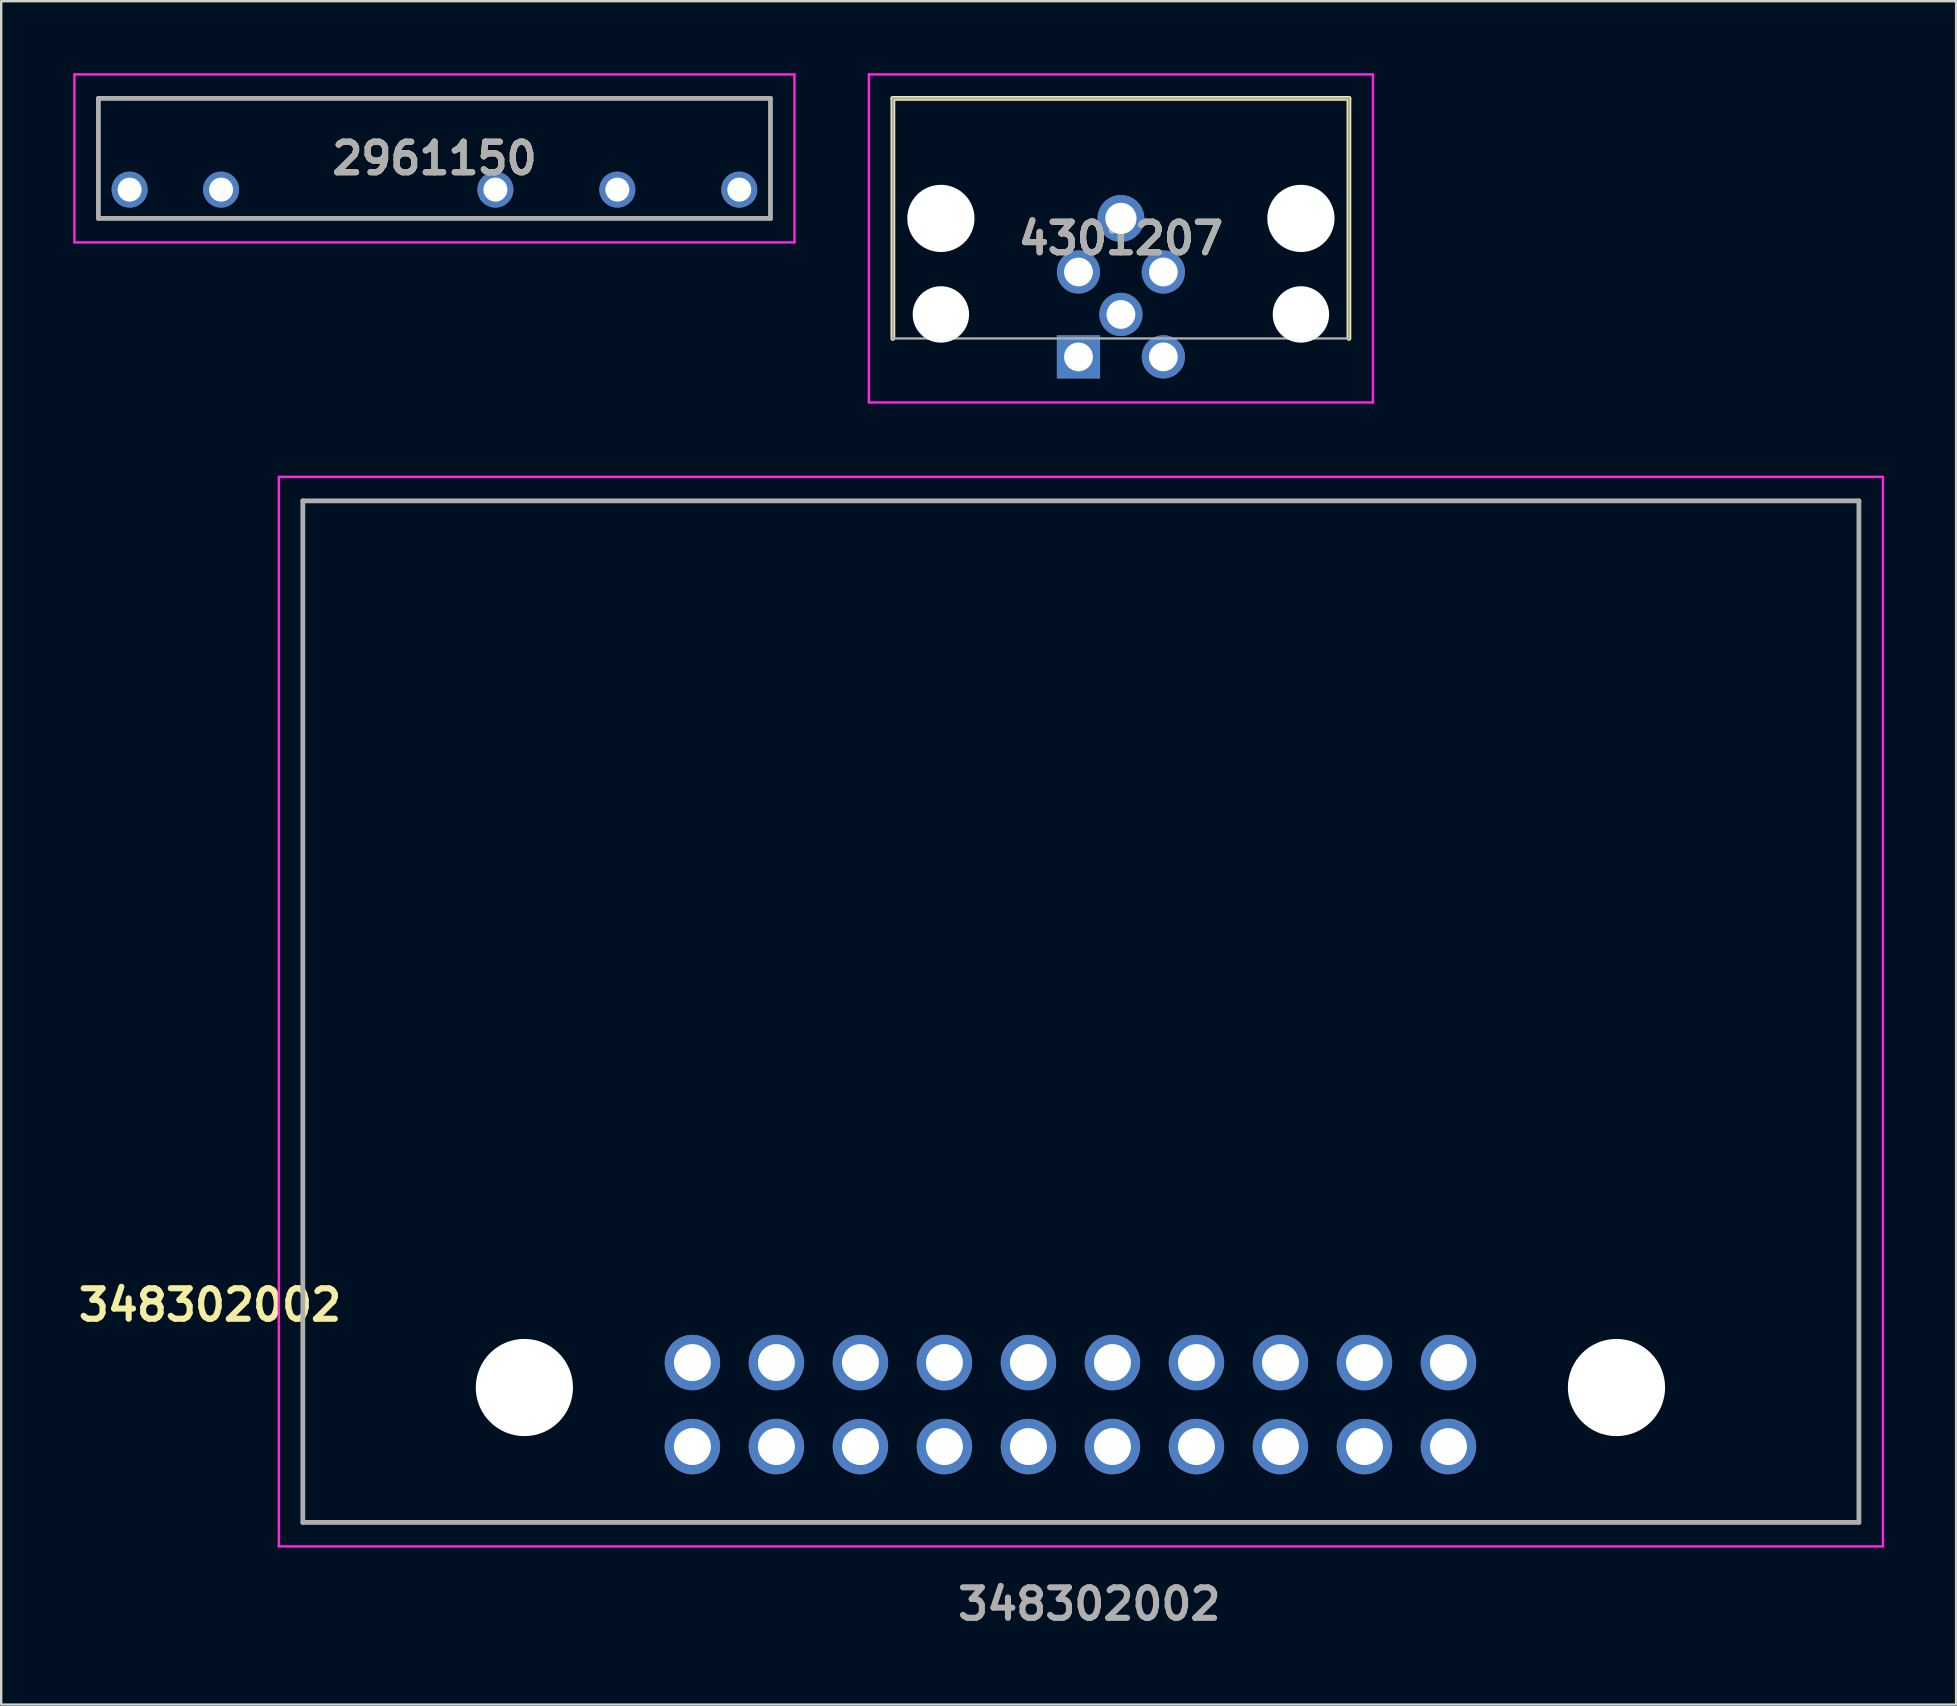
<source format=kicad_pcb>
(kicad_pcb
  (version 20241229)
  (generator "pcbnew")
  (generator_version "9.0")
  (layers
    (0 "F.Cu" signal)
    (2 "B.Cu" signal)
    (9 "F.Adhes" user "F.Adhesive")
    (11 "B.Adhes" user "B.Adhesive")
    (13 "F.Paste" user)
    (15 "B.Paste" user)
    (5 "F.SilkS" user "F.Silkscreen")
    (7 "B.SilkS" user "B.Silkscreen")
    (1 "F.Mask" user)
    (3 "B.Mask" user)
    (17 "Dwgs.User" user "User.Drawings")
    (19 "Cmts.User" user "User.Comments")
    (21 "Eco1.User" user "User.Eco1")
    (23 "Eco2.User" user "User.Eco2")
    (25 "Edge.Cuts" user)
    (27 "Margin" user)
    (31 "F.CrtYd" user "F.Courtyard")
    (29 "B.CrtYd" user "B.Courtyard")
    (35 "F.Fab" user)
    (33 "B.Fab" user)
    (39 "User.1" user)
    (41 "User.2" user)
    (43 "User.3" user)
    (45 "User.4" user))
  (footprint "2961150"
    (layer "F.Cu")
    (at 15.05 3.55)
    (property "Reference" "2961150" (at 0 0 0) (layer "F.SilkS") (effects (font (size 1.27 1.27) (thickness 0.254))))
    (attr through_hole)
    (fp_line (start -14 -2.5) (end 14 -2.5) (stroke (width 0.1) (type solid)) (layer "F.SilkS"))
    (fp_line (start -14 2.5) (end -14 -2.5) (stroke (width 0.1) (type solid)) (layer "F.SilkS"))
    (fp_line (start 14 -2.5) (end 14 2.5) (stroke (width 0.1) (type solid)) (layer "F.SilkS"))
    (fp_line (start 14 2.5) (end -14 2.5) (stroke (width 0.1) (type solid)) (layer "F.SilkS"))
    (fp_line (start -15 -3.5) (end 15 -3.5) (stroke (width 0.1) (type solid)) (layer "F.CrtYd"))
    (fp_line (start -15 3.5) (end -15 -3.5) (stroke (width 0.1) (type solid)) (layer "F.CrtYd"))
    (fp_line (start 15 -3.5) (end 15 3.5) (stroke (width 0.1) (type solid)) (layer "F.CrtYd"))
    (fp_line (start 15 3.5) (end -15 3.5) (stroke (width 0.1) (type solid)) (layer "F.CrtYd"))
    (fp_line (start -14 -2.5) (end 14 -2.5) (stroke (width 0.2) (type solid)) (layer "F.Fab"))
    (fp_line (start -14 2.5) (end -14 -2.5) (stroke (width 0.2) (type solid)) (layer "F.Fab"))
    (fp_line (start 14 -2.5) (end 14 2.5) (stroke (width 0.2) (type solid)) (layer "F.Fab"))
    (fp_line (start 14 2.5) (end -14 2.5) (stroke (width 0.2) (type solid)) (layer "F.Fab"))
    (fp_text user "${REFERENCE}" (at 0 0 0) (layer "F.Fab") (effects (font (size 1.27 1.27) (thickness 0.254))))
    (pad "11" thru_hole circle (at 7.62 1.3) (size 1.5 1.5) (drill 1) (layers "*.Cu" "*.Mask"))
    (pad "12" thru_hole circle (at 2.54 1.3) (size 1.5 1.5) (drill 1) (layers "*.Cu" "*.Mask"))
    (pad "14" thru_hole circle (at 12.7 1.3) (size 1.5 1.5) (drill 1) (layers "*.Cu" "*.Mask"))
    (pad "A1" thru_hole circle (at -8.89 1.3) (size 1.5 1.5) (drill 1) (layers "*.Cu" "*.Mask"))
    (pad "A2" thru_hole circle (at -12.7 1.3) (size 1.5 1.5) (drill 1) (layers "*.Cu" "*.Mask")))
  (footprint "348302002"
    (layer "F.Cu")
    (at 25.797 53.718)
    (property "Reference" "348302002" (at -20.1 -2.4 0) (layer "F.SilkS") (effects (font (size 1.27 1.27) (thickness 0.254))))
    (attr through_hole)
    (fp_line (start -16.23 -35.9) (end -16.23 6.66) (stroke (width 0.1) (type solid)) (layer "F.SilkS"))
    (fp_line (start -16.23 6.66) (end 48.6 6.66) (stroke (width 0.1) (type solid)) (layer "F.SilkS"))
    (fp_line (start 48.6 -35.9) (end -16.23 -35.9) (stroke (width 0.1) (type solid)) (layer "F.SilkS"))
    (fp_line (start 48.6 6.66) (end 48.6 -35.9) (stroke (width 0.1) (type solid)) (layer "F.SilkS"))
    (fp_line (start -17.23 -36.9) (end -17.23 7.66) (stroke (width 0.1) (type solid)) (layer "F.CrtYd"))
    (fp_line (start -17.23 7.66) (end 49.6 7.66) (stroke (width 0.1) (type solid)) (layer "F.CrtYd"))
    (fp_line (start 49.6 -36.9) (end -17.23 -36.9) (stroke (width 0.1) (type solid)) (layer "F.CrtYd"))
    (fp_line (start 49.6 7.66) (end 49.6 -36.9) (stroke (width 0.1) (type solid)) (layer "F.CrtYd"))
    (fp_line (start -16.23 -35.9) (end -16.23 6.66) (stroke (width 0.2) (type solid)) (layer "F.Fab"))
    (fp_line (start -16.23 6.66) (end 48.6 6.66) (stroke (width 0.2) (type solid)) (layer "F.Fab"))
    (fp_line (start 48.6 -35.9) (end -16.23 -35.9) (stroke (width 0.2) (type solid)) (layer "F.Fab"))
    (fp_line (start 48.6 6.66) (end 48.6 -35.9) (stroke (width 0.2) (type solid)) (layer "F.Fab"))
    (fp_text user "${REFERENCE}" (at 16.535 10.06 0) (layer "F.Fab") (effects (font (size 1.27 1.27) (thickness 0.254))))
    (pad "" np_thru_hole circle (at -7 1.04) (size 4.05 4.05) (drill 4.05) (layers "*.Cu" "*.Mask"))
    (pad "" np_thru_hole circle (at 38.5 1.04) (size 4.05 4.05) (drill 4.05) (layers "*.Cu" "*.Mask"))
    (pad "1" thru_hole circle (at 0 0) (size 2.31 2.31) (drill 1.54) (layers "*.Cu" "*.Mask"))
    (pad "2" thru_hole circle (at 0 3.5) (size 2.31 2.31) (drill 1.54) (layers "*.Cu" "*.Mask"))
    (pad "3" thru_hole circle (at 3.5 0) (size 2.31 2.31) (drill 1.54) (layers "*.Cu" "*.Mask"))
    (pad "4" thru_hole circle (at 3.5 3.5) (size 2.31 2.31) (drill 1.54) (layers "*.Cu" "*.Mask"))
    (pad "5" thru_hole circle (at 7 0) (size 2.31 2.31) (drill 1.54) (layers "*.Cu" "*.Mask"))
    (pad "6" thru_hole circle (at 7 3.5) (size 2.31 2.31) (drill 1.54) (layers "*.Cu" "*.Mask"))
    (pad "7" thru_hole circle (at 10.5 0) (size 2.31 2.31) (drill 1.54) (layers "*.Cu" "*.Mask"))
    (pad "8" thru_hole circle (at 10.5 3.5) (size 2.31 2.31) (drill 1.54) (layers "*.Cu" "*.Mask"))
    (pad "9" thru_hole circle (at 14 0) (size 2.31 2.31) (drill 1.54) (layers "*.Cu" "*.Mask"))
    (pad "10" thru_hole circle (at 14 3.5) (size 2.31 2.31) (drill 1.54) (layers "*.Cu" "*.Mask"))
    (pad "11" thru_hole circle (at 17.5 0) (size 2.31 2.31) (drill 1.54) (layers "*.Cu" "*.Mask"))
    (pad "12" thru_hole circle (at 17.5 3.5) (size 2.31 2.31) (drill 1.54) (layers "*.Cu" "*.Mask"))
    (pad "13" thru_hole circle (at 21 0) (size 2.31 2.31) (drill 1.54) (layers "*.Cu" "*.Mask"))
    (pad "14" thru_hole circle (at 21 3.5) (size 2.31 2.31) (drill 1.54) (layers "*.Cu" "*.Mask"))
    (pad "15" thru_hole circle (at 24.5 0) (size 2.31 2.31) (drill 1.54) (layers "*.Cu" "*.Mask"))
    (pad "16" thru_hole circle (at 24.5 3.5) (size 2.31 2.31) (drill 1.54) (layers "*.Cu" "*.Mask"))
    (pad "17" thru_hole circle (at 28 0) (size 2.31 2.31) (drill 1.54) (layers "*.Cu" "*.Mask"))
    (pad "18" thru_hole circle (at 28 3.5) (size 2.31 2.31) (drill 1.54) (layers "*.Cu" "*.Mask"))
    (pad "19" thru_hole circle (at 31.5 0) (size 2.31 2.31) (drill 1.54) (layers "*.Cu" "*.Mask"))
    (pad "20" thru_hole circle (at 31.5 3.5) (size 2.31 2.31) (drill 1.54) (layers "*.Cu" "*.Mask")))
  (footprint "4301207"
    (layer "F.Cu")
    (at 41.882 11.818)
    (property "Reference" "4301207" (at 1.768 -4.934 0) (layer "F.SilkS") (effects (font (size 1.27 1.27) (thickness 0.254))))
    (attr through_hole)
    (fp_line (start -7.732 -10.768) (end 11.268 -10.768) (stroke (width 0.2) (type solid)) (layer "F.SilkS"))
    (fp_line (start -7.732 -0.768) (end -7.732 -10.768) (stroke (width 0.2) (type solid)) (layer "F.SilkS"))
    (fp_line (start 11.268 -10.768) (end 11.268 -0.768) (stroke (width 0.2) (type solid)) (layer "F.SilkS"))
    (fp_line (start -8.732 -11.768) (end 12.268 -11.768) (stroke (width 0.1) (type solid)) (layer "F.CrtYd"))
    (fp_line (start -8.732 1.9) (end -8.732 -11.768) (stroke (width 0.1) (type solid)) (layer "F.CrtYd"))
    (fp_line (start 12.268 -11.768) (end 12.268 1.9) (stroke (width 0.1) (type solid)) (layer "F.CrtYd"))
    (fp_line (start 12.268 1.9) (end -8.732 1.9) (stroke (width 0.1) (type solid)) (layer "F.CrtYd"))
    (fp_line (start -7.732 -10.768) (end 11.268 -10.768) (stroke (width 0.1) (type solid)) (layer "F.Fab"))
    (fp_line (start -7.732 -0.768) (end -7.732 -10.768) (stroke (width 0.1) (type solid)) (layer "F.Fab"))
    (fp_line (start 11.268 -10.768) (end 11.268 -0.768) (stroke (width 0.1) (type solid)) (layer "F.Fab"))
    (fp_line (start 11.268 -0.768) (end -7.732 -0.768) (stroke (width 0.1) (type solid)) (layer "F.Fab"))
    (fp_text user "${REFERENCE}" (at 1.768 -4.934 0) (layer "F.Fab") (effects (font (size 1.27 1.27) (thickness 0.254))))
    (pad "" np_thru_hole circle (at -5.732 -5.768) (size 2.8 2.8) (drill 2.8) (layers "*.Cu" "*.Mask"))
    (pad "" np_thru_hole circle (at -5.732 -1.768) (size 2.35 2.35) (drill 2.35) (layers "*.Cu" "*.Mask"))
    (pad "" np_thru_hole circle (at 9.268 -5.768) (size 2.8 2.8) (drill 2.8) (layers "*.Cu" "*.Mask"))
    (pad "" np_thru_hole circle (at 9.268 -1.768) (size 2.35 2.35) (drill 2.35) (layers "*.Cu" "*.Mask"))
    (pad "1" thru_hole rect (at 0 0) (size 1.8 1.8) (drill 1.2) (layers "*.Cu" "*.Mask"))
    (pad "2" thru_hole circle (at 3.536 0) (size 1.8 1.8) (drill 1.2) (layers "*.Cu" "*.Mask"))
    (pad "3" thru_hole circle (at 3.536 -3.536) (size 1.8 1.8) (drill 1.2) (layers "*.Cu" "*.Mask"))
    (pad "4" thru_hole circle (at 0 -3.536) (size 1.8 1.8) (drill 1.2) (layers "*.Cu" "*.Mask"))
    (pad "5" thru_hole circle (at 1.768 -1.768) (size 1.8 1.8) (drill 1.2) (layers "*.Cu" "*.Mask"))
    (pad "6" thru_hole circle (at 1.768 -5.768) (size 1.95 1.95) (drill 1.3) (layers "*.Cu" "*.Mask")))
  (gr_rect
    (start -3 -3)
    (end 78.447 67.967)
    (stroke (width 0.1) (type default))
    (fill no)
    (layer "Edge.Cuts")))
</source>
